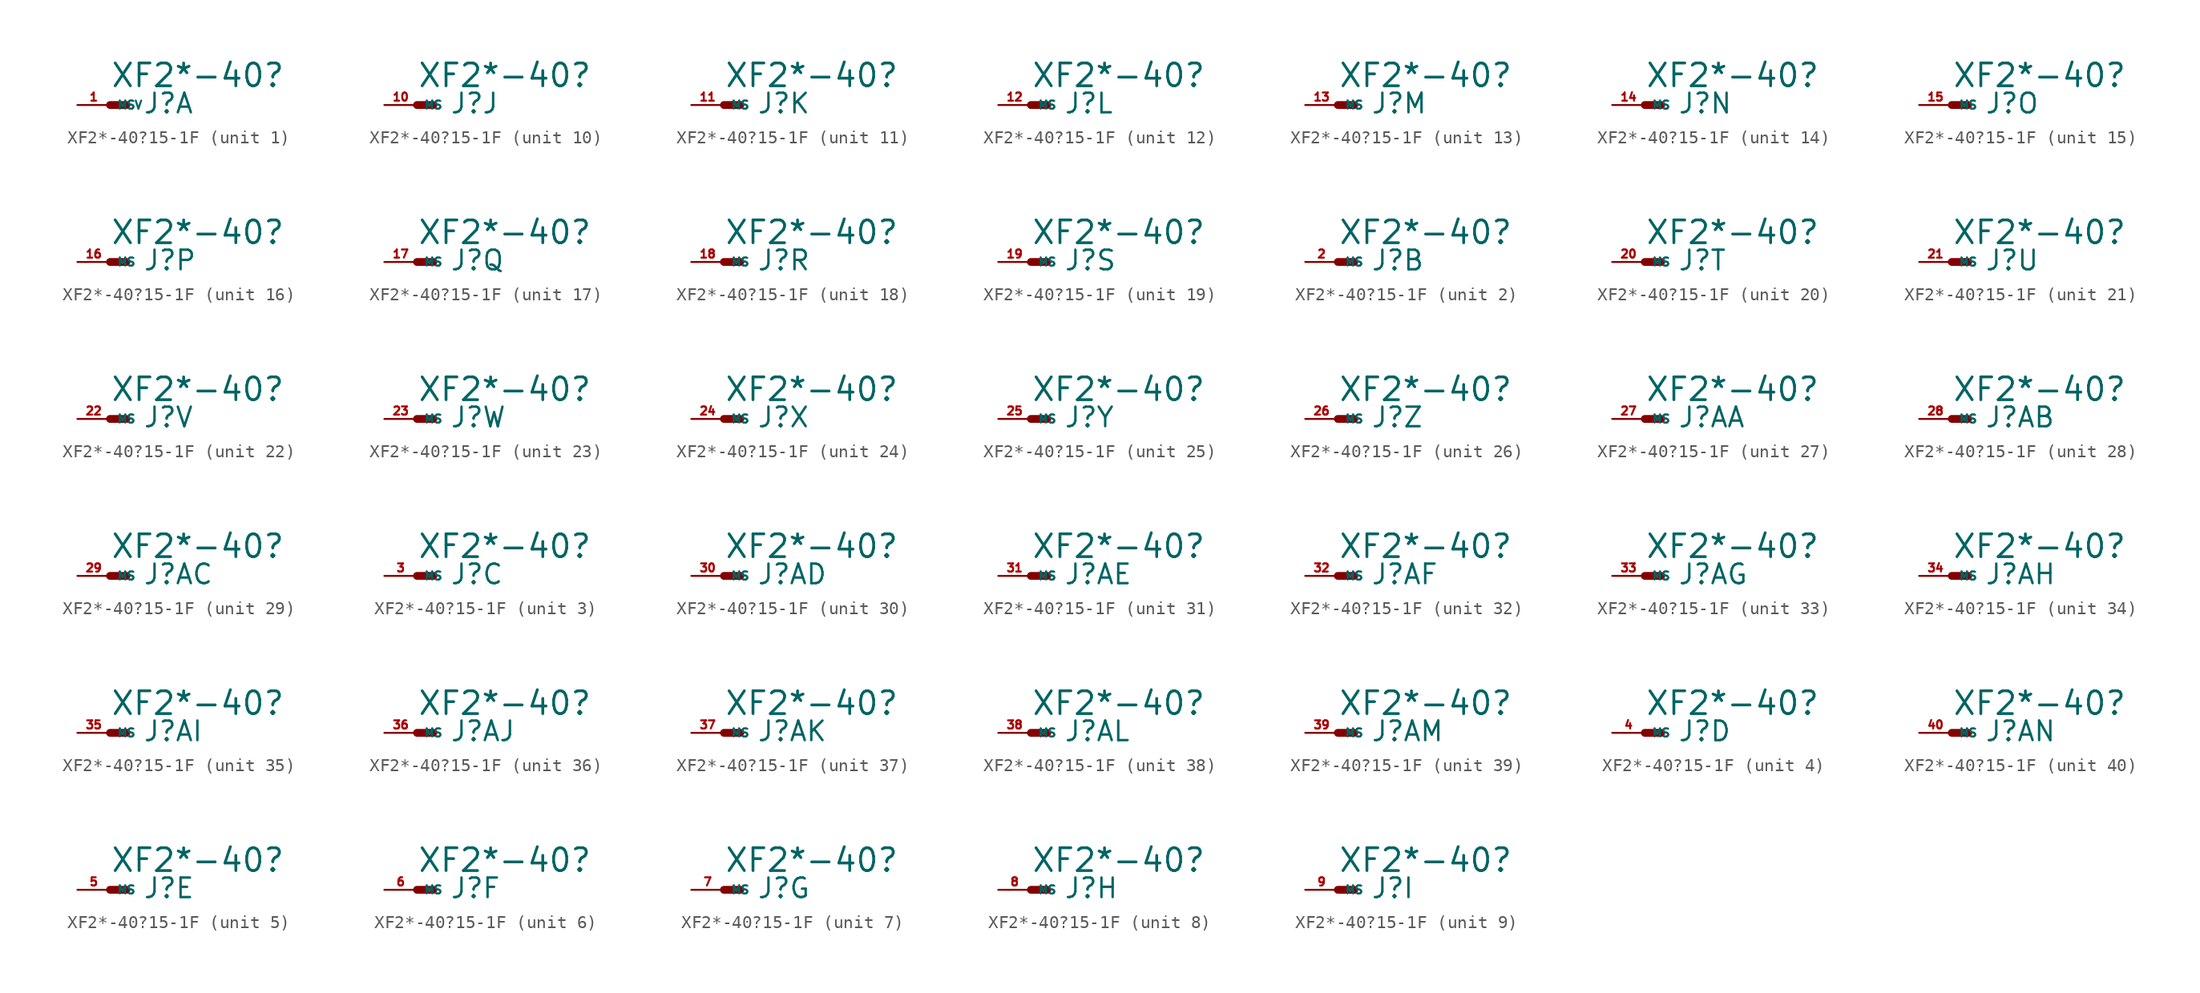
<source format=kicad_sym>
(kicad_symbol_lib
  (version 20220914)
  (generator Eagle2Kicad)
  (symbol "XF2*-40?15-1F"
    (property "Reference" "J"
      (at 2.54 -0.762 0)
      (effects (font (size 1.524 1.524) (thickness 0.19)) (justify left bottom)))
    (property "Value" "XF2*-40?"
      (at 0 1.27 0)
      (effects (font (size 1.778 1.778) (thickness 0.22)) (justify left bottom)))
    (symbol "XF2*-40?15-1F_1_0"
      (polyline (pts (xy 0 0) (xy 1.27 0)) (stroke (width 0.61) (type default)) (fill (type none)))
      (pin passive line (at -2.54 0 0) (length 2.54) (name "MSV" (effects (font (size 0.635 0.635) (thickness 0.08)) (justify left bottom))) (number "1" (effects (font (size 0.635 0.635) (thickness 0.08)) (justify left bottom)))))
    (symbol "XF2*-40?15-1F_2_0"
      (polyline (pts (xy 0 0) (xy 1.27 0)) (stroke (width 0.61) (type default)) (fill (type none)))
      (pin passive line (at -2.54 0 0) (length 2.54) (name "MS" (effects (font (size 0.635 0.635) (thickness 0.08)) (justify left bottom))) (number "2" (effects (font (size 0.635 0.635) (thickness 0.08)) (justify left bottom)))))
    (symbol "XF2*-40?15-1F_3_0"
      (polyline (pts (xy 0 0) (xy 1.27 0)) (stroke (width 0.61) (type default)) (fill (type none)))
      (pin passive line (at -2.54 0 0) (length 2.54) (name "MS" (effects (font (size 0.635 0.635) (thickness 0.08)) (justify left bottom))) (number "3" (effects (font (size 0.635 0.635) (thickness 0.08)) (justify left bottom)))))
    (symbol "XF2*-40?15-1F_4_0"
      (polyline (pts (xy 0 0) (xy 1.27 0)) (stroke (width 0.61) (type default)) (fill (type none)))
      (pin passive line (at -2.54 0 0) (length 2.54) (name "MS" (effects (font (size 0.635 0.635) (thickness 0.08)) (justify left bottom))) (number "4" (effects (font (size 0.635 0.635) (thickness 0.08)) (justify left bottom)))))
    (symbol "XF2*-40?15-1F_5_0"
      (polyline (pts (xy 0 0) (xy 1.27 0)) (stroke (width 0.61) (type default)) (fill (type none)))
      (pin passive line (at -2.54 0 0) (length 2.54) (name "MS" (effects (font (size 0.635 0.635) (thickness 0.08)) (justify left bottom))) (number "5" (effects (font (size 0.635 0.635) (thickness 0.08)) (justify left bottom)))))
    (symbol "XF2*-40?15-1F_6_0"
      (polyline (pts (xy 0 0) (xy 1.27 0)) (stroke (width 0.61) (type default)) (fill (type none)))
      (pin passive line (at -2.54 0 0) (length 2.54) (name "MS" (effects (font (size 0.635 0.635) (thickness 0.08)) (justify left bottom))) (number "6" (effects (font (size 0.635 0.635) (thickness 0.08)) (justify left bottom)))))
    (symbol "XF2*-40?15-1F_7_0"
      (polyline (pts (xy 0 0) (xy 1.27 0)) (stroke (width 0.61) (type default)) (fill (type none)))
      (pin passive line (at -2.54 0 0) (length 2.54) (name "MS" (effects (font (size 0.635 0.635) (thickness 0.08)) (justify left bottom))) (number "7" (effects (font (size 0.635 0.635) (thickness 0.08)) (justify left bottom)))))
    (symbol "XF2*-40?15-1F_8_0"
      (polyline (pts (xy 0 0) (xy 1.27 0)) (stroke (width 0.61) (type default)) (fill (type none)))
      (pin passive line (at -2.54 0 0) (length 2.54) (name "MS" (effects (font (size 0.635 0.635) (thickness 0.08)) (justify left bottom))) (number "8" (effects (font (size 0.635 0.635) (thickness 0.08)) (justify left bottom)))))
    (symbol "XF2*-40?15-1F_9_0"
      (polyline (pts (xy 0 0) (xy 1.27 0)) (stroke (width 0.61) (type default)) (fill (type none)))
      (pin passive line (at -2.54 0 0) (length 2.54) (name "MS" (effects (font (size 0.635 0.635) (thickness 0.08)) (justify left bottom))) (number "9" (effects (font (size 0.635 0.635) (thickness 0.08)) (justify left bottom)))))
    (symbol "XF2*-40?15-1F_10_0"
      (polyline (pts (xy 0 0) (xy 1.27 0)) (stroke (width 0.61) (type default)) (fill (type none)))
      (pin passive line (at -2.54 0 0) (length 2.54) (name "MS" (effects (font (size 0.635 0.635) (thickness 0.08)) (justify left bottom))) (number "10" (effects (font (size 0.635 0.635) (thickness 0.08)) (justify left bottom)))))
    (symbol "XF2*-40?15-1F_11_0"
      (polyline (pts (xy 0 0) (xy 1.27 0)) (stroke (width 0.61) (type default)) (fill (type none)))
      (pin passive line (at -2.54 0 0) (length 2.54) (name "MS" (effects (font (size 0.635 0.635) (thickness 0.08)) (justify left bottom))) (number "11" (effects (font (size 0.635 0.635) (thickness 0.08)) (justify left bottom)))))
    (symbol "XF2*-40?15-1F_12_0"
      (polyline (pts (xy 0 0) (xy 1.27 0)) (stroke (width 0.61) (type default)) (fill (type none)))
      (pin passive line (at -2.54 0 0) (length 2.54) (name "MS" (effects (font (size 0.635 0.635) (thickness 0.08)) (justify left bottom))) (number "12" (effects (font (size 0.635 0.635) (thickness 0.08)) (justify left bottom)))))
    (symbol "XF2*-40?15-1F_13_0"
      (polyline (pts (xy 0 0) (xy 1.27 0)) (stroke (width 0.61) (type default)) (fill (type none)))
      (pin passive line (at -2.54 0 0) (length 2.54) (name "MS" (effects (font (size 0.635 0.635) (thickness 0.08)) (justify left bottom))) (number "13" (effects (font (size 0.635 0.635) (thickness 0.08)) (justify left bottom)))))
    (symbol "XF2*-40?15-1F_14_0"
      (polyline (pts (xy 0 0) (xy 1.27 0)) (stroke (width 0.61) (type default)) (fill (type none)))
      (pin passive line (at -2.54 0 0) (length 2.54) (name "MS" (effects (font (size 0.635 0.635) (thickness 0.08)) (justify left bottom))) (number "14" (effects (font (size 0.635 0.635) (thickness 0.08)) (justify left bottom)))))
    (symbol "XF2*-40?15-1F_15_0"
      (polyline (pts (xy 0 0) (xy 1.27 0)) (stroke (width 0.61) (type default)) (fill (type none)))
      (pin passive line (at -2.54 0 0) (length 2.54) (name "MS" (effects (font (size 0.635 0.635) (thickness 0.08)) (justify left bottom))) (number "15" (effects (font (size 0.635 0.635) (thickness 0.08)) (justify left bottom)))))
    (symbol "XF2*-40?15-1F_16_0"
      (polyline (pts (xy 0 0) (xy 1.27 0)) (stroke (width 0.61) (type default)) (fill (type none)))
      (pin passive line (at -2.54 0 0) (length 2.54) (name "MS" (effects (font (size 0.635 0.635) (thickness 0.08)) (justify left bottom))) (number "16" (effects (font (size 0.635 0.635) (thickness 0.08)) (justify left bottom)))))
    (symbol "XF2*-40?15-1F_17_0"
      (polyline (pts (xy 0 0) (xy 1.27 0)) (stroke (width 0.61) (type default)) (fill (type none)))
      (pin passive line (at -2.54 0 0) (length 2.54) (name "MS" (effects (font (size 0.635 0.635) (thickness 0.08)) (justify left bottom))) (number "17" (effects (font (size 0.635 0.635) (thickness 0.08)) (justify left bottom)))))
    (symbol "XF2*-40?15-1F_18_0"
      (polyline (pts (xy 0 0) (xy 1.27 0)) (stroke (width 0.61) (type default)) (fill (type none)))
      (pin passive line (at -2.54 0 0) (length 2.54) (name "MS" (effects (font (size 0.635 0.635) (thickness 0.08)) (justify left bottom))) (number "18" (effects (font (size 0.635 0.635) (thickness 0.08)) (justify left bottom)))))
    (symbol "XF2*-40?15-1F_19_0"
      (polyline (pts (xy 0 0) (xy 1.27 0)) (stroke (width 0.61) (type default)) (fill (type none)))
      (pin passive line (at -2.54 0 0) (length 2.54) (name "MS" (effects (font (size 0.635 0.635) (thickness 0.08)) (justify left bottom))) (number "19" (effects (font (size 0.635 0.635) (thickness 0.08)) (justify left bottom)))))
    (symbol "XF2*-40?15-1F_20_0"
      (polyline (pts (xy 0 0) (xy 1.27 0)) (stroke (width 0.61) (type default)) (fill (type none)))
      (pin passive line (at -2.54 0 0) (length 2.54) (name "MS" (effects (font (size 0.635 0.635) (thickness 0.08)) (justify left bottom))) (number "20" (effects (font (size 0.635 0.635) (thickness 0.08)) (justify left bottom)))))
    (symbol "XF2*-40?15-1F_21_0"
      (polyline (pts (xy 0 0) (xy 1.27 0)) (stroke (width 0.61) (type default)) (fill (type none)))
      (pin passive line (at -2.54 0 0) (length 2.54) (name "MS" (effects (font (size 0.635 0.635) (thickness 0.08)) (justify left bottom))) (number "21" (effects (font (size 0.635 0.635) (thickness 0.08)) (justify left bottom)))))
    (symbol "XF2*-40?15-1F_22_0"
      (polyline (pts (xy 0 0) (xy 1.27 0)) (stroke (width 0.61) (type default)) (fill (type none)))
      (pin passive line (at -2.54 0 0) (length 2.54) (name "MS" (effects (font (size 0.635 0.635) (thickness 0.08)) (justify left bottom))) (number "22" (effects (font (size 0.635 0.635) (thickness 0.08)) (justify left bottom)))))
    (symbol "XF2*-40?15-1F_23_0"
      (polyline (pts (xy 0 0) (xy 1.27 0)) (stroke (width 0.61) (type default)) (fill (type none)))
      (pin passive line (at -2.54 0 0) (length 2.54) (name "MS" (effects (font (size 0.635 0.635) (thickness 0.08)) (justify left bottom))) (number "23" (effects (font (size 0.635 0.635) (thickness 0.08)) (justify left bottom)))))
    (symbol "XF2*-40?15-1F_24_0"
      (polyline (pts (xy 0 0) (xy 1.27 0)) (stroke (width 0.61) (type default)) (fill (type none)))
      (pin passive line (at -2.54 0 0) (length 2.54) (name "MS" (effects (font (size 0.635 0.635) (thickness 0.08)) (justify left bottom))) (number "24" (effects (font (size 0.635 0.635) (thickness 0.08)) (justify left bottom)))))
    (symbol "XF2*-40?15-1F_25_0"
      (polyline (pts (xy 0 0) (xy 1.27 0)) (stroke (width 0.61) (type default)) (fill (type none)))
      (pin passive line (at -2.54 0 0) (length 2.54) (name "MS" (effects (font (size 0.635 0.635) (thickness 0.08)) (justify left bottom))) (number "25" (effects (font (size 0.635 0.635) (thickness 0.08)) (justify left bottom)))))
    (symbol "XF2*-40?15-1F_26_0"
      (polyline (pts (xy 0 0) (xy 1.27 0)) (stroke (width 0.61) (type default)) (fill (type none)))
      (pin passive line (at -2.54 0 0) (length 2.54) (name "MS" (effects (font (size 0.635 0.635) (thickness 0.08)) (justify left bottom))) (number "26" (effects (font (size 0.635 0.635) (thickness 0.08)) (justify left bottom)))))
    (symbol "XF2*-40?15-1F_27_0"
      (polyline (pts (xy 0 0) (xy 1.27 0)) (stroke (width 0.61) (type default)) (fill (type none)))
      (pin passive line (at -2.54 0 0) (length 2.54) (name "MS" (effects (font (size 0.635 0.635) (thickness 0.08)) (justify left bottom))) (number "27" (effects (font (size 0.635 0.635) (thickness 0.08)) (justify left bottom)))))
    (symbol "XF2*-40?15-1F_28_0"
      (polyline (pts (xy 0 0) (xy 1.27 0)) (stroke (width 0.61) (type default)) (fill (type none)))
      (pin passive line (at -2.54 0 0) (length 2.54) (name "MS" (effects (font (size 0.635 0.635) (thickness 0.08)) (justify left bottom))) (number "28" (effects (font (size 0.635 0.635) (thickness 0.08)) (justify left bottom)))))
    (symbol "XF2*-40?15-1F_29_0"
      (polyline (pts (xy 0 0) (xy 1.27 0)) (stroke (width 0.61) (type default)) (fill (type none)))
      (pin passive line (at -2.54 0 0) (length 2.54) (name "MS" (effects (font (size 0.635 0.635) (thickness 0.08)) (justify left bottom))) (number "29" (effects (font (size 0.635 0.635) (thickness 0.08)) (justify left bottom)))))
    (symbol "XF2*-40?15-1F_30_0"
      (polyline (pts (xy 0 0) (xy 1.27 0)) (stroke (width 0.61) (type default)) (fill (type none)))
      (pin passive line (at -2.54 0 0) (length 2.54) (name "MS" (effects (font (size 0.635 0.635) (thickness 0.08)) (justify left bottom))) (number "30" (effects (font (size 0.635 0.635) (thickness 0.08)) (justify left bottom)))))
    (symbol "XF2*-40?15-1F_31_0"
      (polyline (pts (xy 0 0) (xy 1.27 0)) (stroke (width 0.61) (type default)) (fill (type none)))
      (pin passive line (at -2.54 0 0) (length 2.54) (name "MS" (effects (font (size 0.635 0.635) (thickness 0.08)) (justify left bottom))) (number "31" (effects (font (size 0.635 0.635) (thickness 0.08)) (justify left bottom)))))
    (symbol "XF2*-40?15-1F_32_0"
      (polyline (pts (xy 0 0) (xy 1.27 0)) (stroke (width 0.61) (type default)) (fill (type none)))
      (pin passive line (at -2.54 0 0) (length 2.54) (name "MS" (effects (font (size 0.635 0.635) (thickness 0.08)) (justify left bottom))) (number "32" (effects (font (size 0.635 0.635) (thickness 0.08)) (justify left bottom)))))
    (symbol "XF2*-40?15-1F_33_0"
      (polyline (pts (xy 0 0) (xy 1.27 0)) (stroke (width 0.61) (type default)) (fill (type none)))
      (pin passive line (at -2.54 0 0) (length 2.54) (name "MS" (effects (font (size 0.635 0.635) (thickness 0.08)) (justify left bottom))) (number "33" (effects (font (size 0.635 0.635) (thickness 0.08)) (justify left bottom)))))
    (symbol "XF2*-40?15-1F_34_0"
      (polyline (pts (xy 0 0) (xy 1.27 0)) (stroke (width 0.61) (type default)) (fill (type none)))
      (pin passive line (at -2.54 0 0) (length 2.54) (name "MS" (effects (font (size 0.635 0.635) (thickness 0.08)) (justify left bottom))) (number "34" (effects (font (size 0.635 0.635) (thickness 0.08)) (justify left bottom)))))
    (symbol "XF2*-40?15-1F_35_0"
      (polyline (pts (xy 0 0) (xy 1.27 0)) (stroke (width 0.61) (type default)) (fill (type none)))
      (pin passive line (at -2.54 0 0) (length 2.54) (name "MS" (effects (font (size 0.635 0.635) (thickness 0.08)) (justify left bottom))) (number "35" (effects (font (size 0.635 0.635) (thickness 0.08)) (justify left bottom)))))
    (symbol "XF2*-40?15-1F_36_0"
      (polyline (pts (xy 0 0) (xy 1.27 0)) (stroke (width 0.61) (type default)) (fill (type none)))
      (pin passive line (at -2.54 0 0) (length 2.54) (name "MS" (effects (font (size 0.635 0.635) (thickness 0.08)) (justify left bottom))) (number "36" (effects (font (size 0.635 0.635) (thickness 0.08)) (justify left bottom)))))
    (symbol "XF2*-40?15-1F_37_0"
      (polyline (pts (xy 0 0) (xy 1.27 0)) (stroke (width 0.61) (type default)) (fill (type none)))
      (pin passive line (at -2.54 0 0) (length 2.54) (name "MS" (effects (font (size 0.635 0.635) (thickness 0.08)) (justify left bottom))) (number "37" (effects (font (size 0.635 0.635) (thickness 0.08)) (justify left bottom)))))
    (symbol "XF2*-40?15-1F_38_0"
      (polyline (pts (xy 0 0) (xy 1.27 0)) (stroke (width 0.61) (type default)) (fill (type none)))
      (pin passive line (at -2.54 0 0) (length 2.54) (name "MS" (effects (font (size 0.635 0.635) (thickness 0.08)) (justify left bottom))) (number "38" (effects (font (size 0.635 0.635) (thickness 0.08)) (justify left bottom)))))
    (symbol "XF2*-40?15-1F_39_0"
      (polyline (pts (xy 0 0) (xy 1.27 0)) (stroke (width 0.61) (type default)) (fill (type none)))
      (pin passive line (at -2.54 0 0) (length 2.54) (name "MS" (effects (font (size 0.635 0.635) (thickness 0.08)) (justify left bottom))) (number "39" (effects (font (size 0.635 0.635) (thickness 0.08)) (justify left bottom)))))
    (symbol "XF2*-40?15-1F_40_0"
      (polyline (pts (xy 0 0) (xy 1.27 0)) (stroke (width 0.61) (type default)) (fill (type none)))
      (pin passive line (at -2.54 0 0) (length 2.54) (name "MS" (effects (font (size 0.635 0.635) (thickness 0.08)) (justify left bottom))) (number "40" (effects (font (size 0.635 0.635) (thickness 0.08)) (justify left bottom)))))))
</source>
